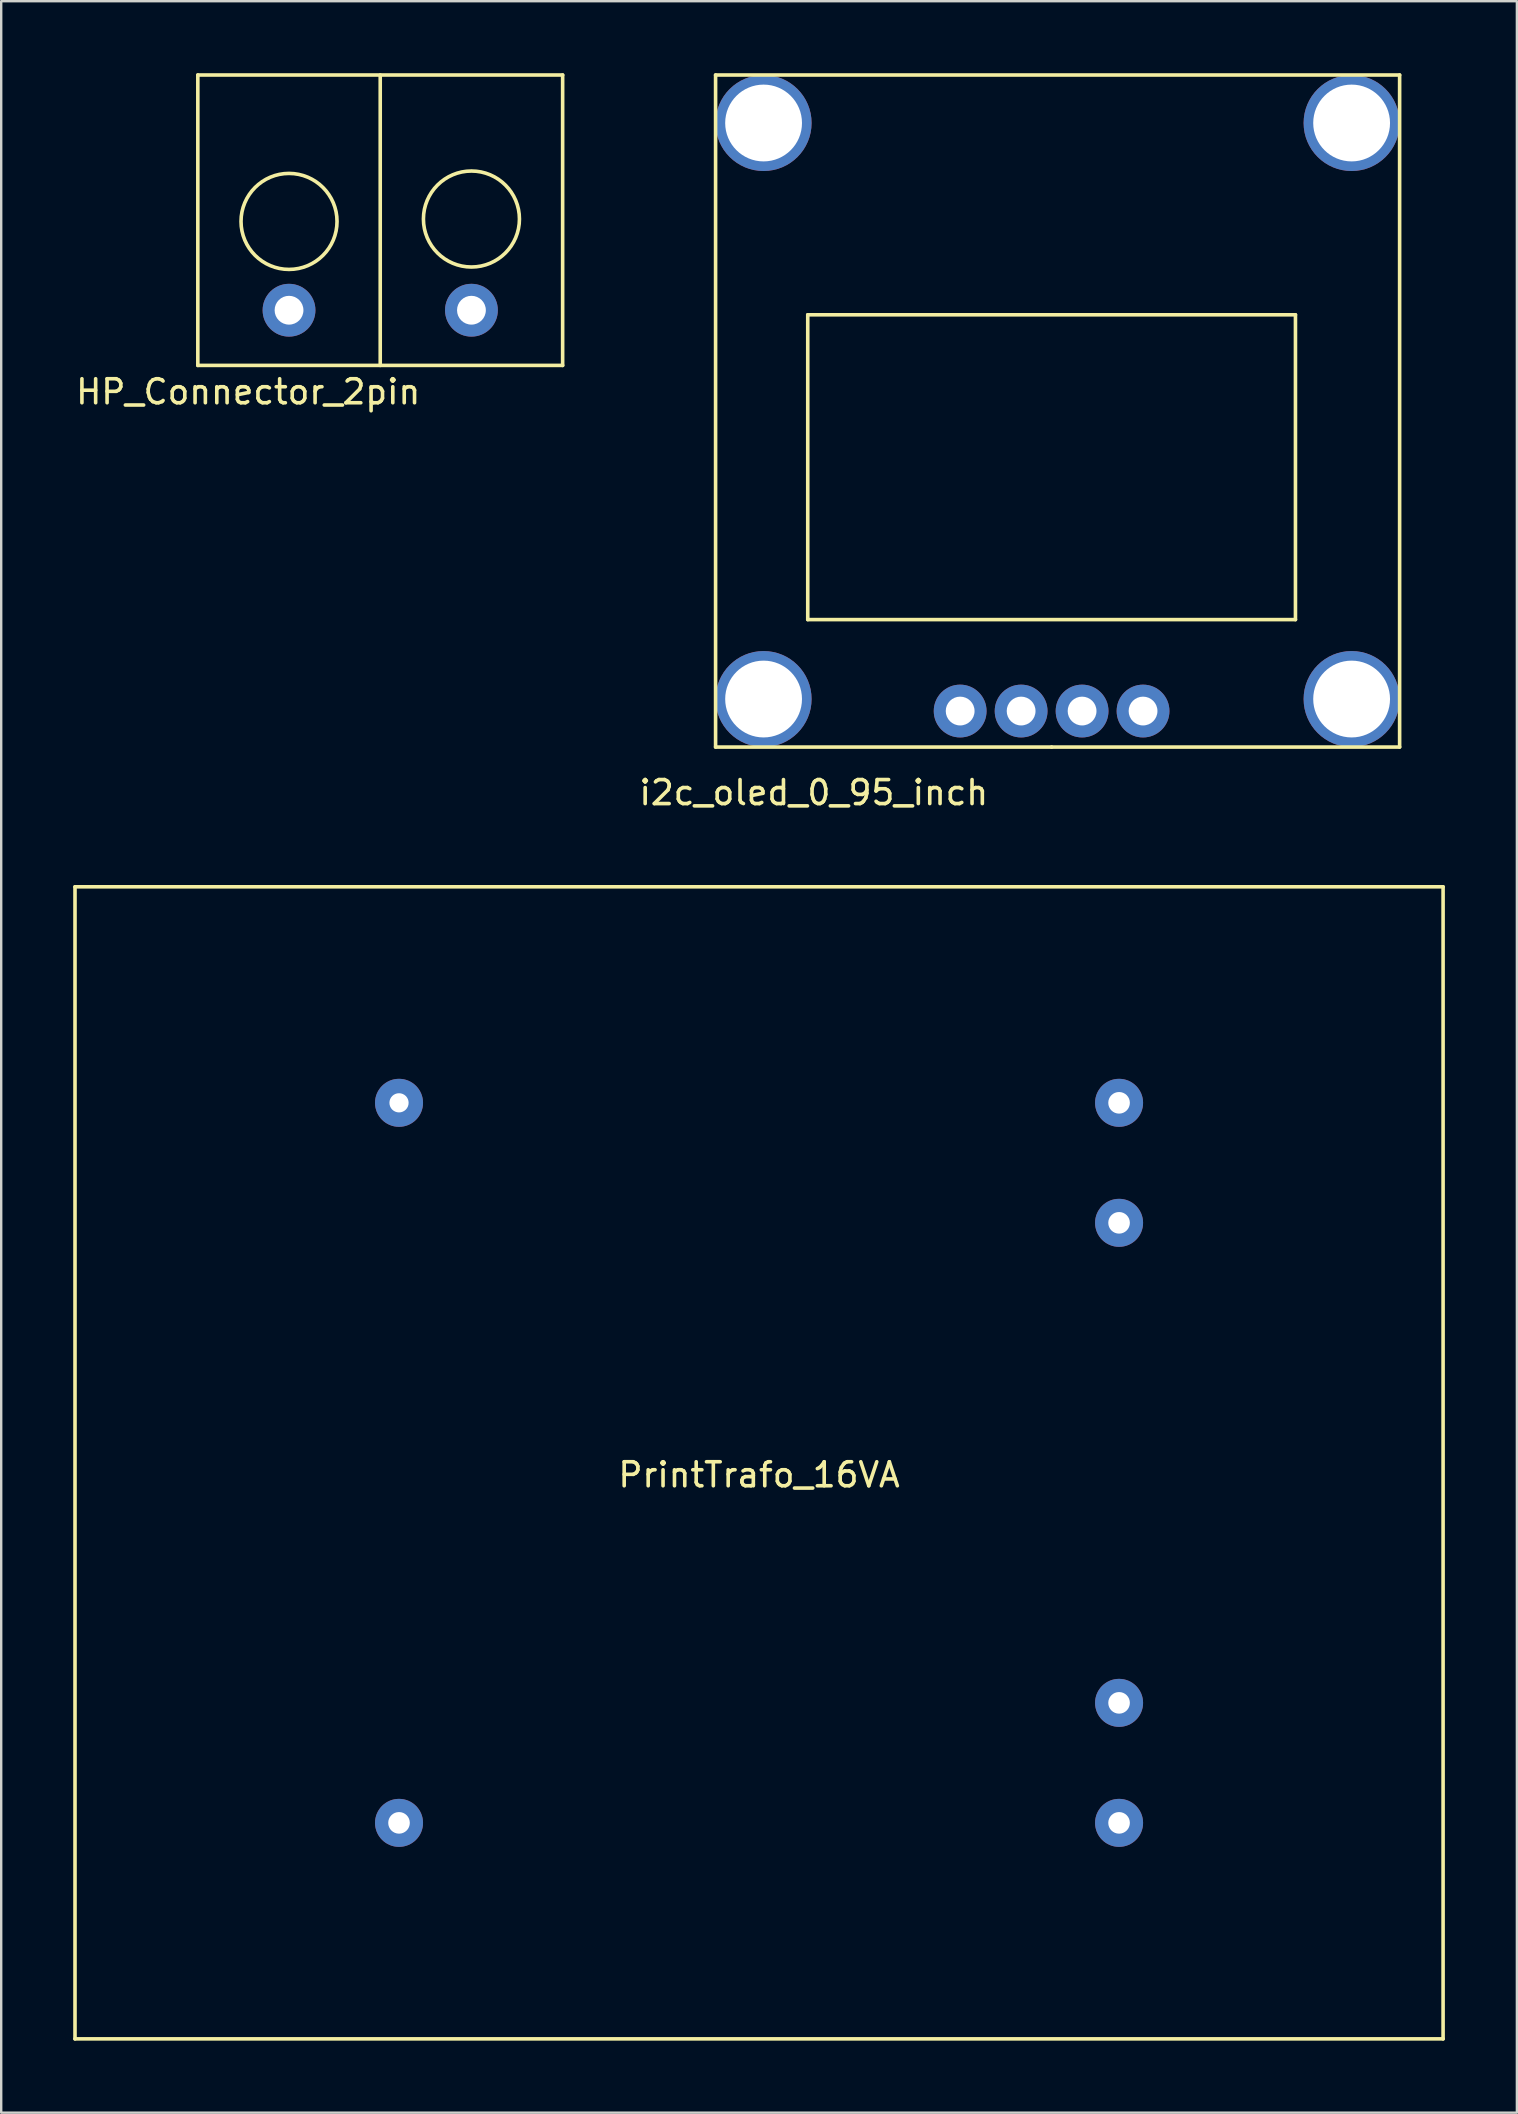
<source format=kicad_pcb>
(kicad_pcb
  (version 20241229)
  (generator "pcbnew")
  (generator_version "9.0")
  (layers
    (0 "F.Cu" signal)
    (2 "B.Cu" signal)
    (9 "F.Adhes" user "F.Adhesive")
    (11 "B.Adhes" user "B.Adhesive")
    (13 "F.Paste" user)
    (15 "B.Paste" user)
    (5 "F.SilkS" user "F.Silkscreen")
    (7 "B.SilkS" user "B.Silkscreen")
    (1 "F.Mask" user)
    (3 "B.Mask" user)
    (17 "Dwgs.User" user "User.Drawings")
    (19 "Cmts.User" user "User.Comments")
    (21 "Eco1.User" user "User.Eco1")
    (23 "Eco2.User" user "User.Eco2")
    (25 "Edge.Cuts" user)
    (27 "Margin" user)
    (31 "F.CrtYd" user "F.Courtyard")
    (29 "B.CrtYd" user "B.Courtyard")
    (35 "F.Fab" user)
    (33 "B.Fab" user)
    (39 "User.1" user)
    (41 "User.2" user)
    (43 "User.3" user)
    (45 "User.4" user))
  (footprint "i2c_oled_0_95_inch"
    (layer "F.Cu")
    (at 36.954 26.575)
    (property "Reference" "i2c_oled_0_95_inch" (at -6.1 3.4 0) (layer "F.SilkS") (effects (font (size 1 1) (thickness 0.15))))
    (attr through_hole)
    (fp_line (start -10.19 -26.5) (end 18.31 -26.5) (stroke (width 0.15) (type solid)) (layer "F.SilkS"))
    (fp_line (start -10.19 1.5) (end -10.19 -26.5) (stroke (width 0.15) (type solid)) (layer "F.SilkS"))
    (fp_line (start -6.35 -16.51) (end -6.35 -3.81) (stroke (width 0.15) (type solid)) (layer "F.SilkS"))
    (fp_line (start -6.35 -3.81) (end 13.97 -3.81) (stroke (width 0.15) (type solid)) (layer "F.SilkS"))
    (fp_line (start 3.81 1.5) (end -10.19 1.5) (stroke (width 0.15) (type solid)) (layer "F.SilkS"))
    (fp_line (start 13.97 -16.51) (end -6.35 -16.51) (stroke (width 0.15) (type solid)) (layer "F.SilkS"))
    (fp_line (start 13.97 -3.81) (end 13.97 -16.51) (stroke (width 0.15) (type solid)) (layer "F.SilkS"))
    (fp_line (start 18.31 -26.5) (end 18.31 1.5) (stroke (width 0.15) (type solid)) (layer "F.SilkS"))
    (fp_line (start 18.31 1.5) (end 3.81 1.5) (stroke (width 0.15) (type solid)) (layer "F.SilkS"))
    (pad "1" thru_hole circle (at 0 0) (size 2.2 2.2) (drill 1.2) (layers "*.Cu" "*.Mask"))
    (pad "2" thru_hole circle (at 2.54 0) (size 2.2 2.2) (drill 1.2) (layers "*.Cu" "*.Mask"))
    (pad "3" thru_hole circle (at 5.08 0) (size 2.2 2.2) (drill 1.2) (layers "*.Cu" "*.Mask"))
    (pad "4" thru_hole circle (at 7.62 0) (size 2.2 2.2) (drill 1.2) (layers "*.Cu" "*.Mask"))
    (pad "5" thru_hole circle (at -8.19 -0.5) (size 4 4) (drill 3.2) (layers "*.Cu" "*.Mask"))
    (pad "6" thru_hole circle (at -8.19 -24.5) (size 4 4) (drill 3.2) (layers "*.Cu" "*.Mask"))
    (pad "7" thru_hole circle (at 16.31 -24.5) (size 4 4) (drill 3.2) (layers "*.Cu" "*.Mask"))
    (pad "8" thru_hole circle (at 16.31 -0.5) (size 4 4) (drill 3.2) (layers "*.Cu" "*.Mask")))
  (footprint "HP_Connector_2pin"
    (layer "F.Cu")
    (at 5.192 12.175)
    (property "Reference" "HP_Connector_2pin" (at 2.1 1.1 0) (layer "F.SilkS") (effects (font (size 1 1) (thickness 0.15))))
    (attr through_hole)
    (fp_line (start 0 -12.1) (end 15.2 -12.1) (stroke (width 0.15) (type solid)) (layer "F.SilkS"))
    (fp_line (start 0 0) (end 0 -12.1) (stroke (width 0.15) (type solid)) (layer "F.SilkS"))
    (fp_line (start 7.6 0) (end 7.6 -12.1) (stroke (width 0.15) (type solid)) (layer "F.SilkS"))
    (fp_line (start 15.2 -12.1) (end 15.2 0) (stroke (width 0.15) (type solid)) (layer "F.SilkS"))
    (fp_line (start 15.2 0) (end 0 0) (stroke (width 0.15) (type solid)) (layer "F.SilkS"))
    (fp_circle (center 3.8 -6) (end 3.8 -8) (stroke (width 0.15) (type solid)) (fill no) (layer "F.SilkS"))
    (fp_circle (center 11.4 -6.1) (end 11.4 -8.1) (stroke (width 0.15) (type solid)) (fill no) (layer "F.SilkS"))
    (pad "1" thru_hole circle (at 3.8 -2.3) (size 2.2 2.2) (drill 1.2) (layers "*.Cu" "*.Mask"))
    (pad "2" thru_hole circle (at 11.4 -2.3) (size 2.2 2.2) (drill 1.2) (layers "*.Cu" "*.Mask")))
  (footprint "PrintTrafo_16VA"
    (layer "F.Cu")
    (at 28.575 57.898)
    (property "Reference" "PrintTrafo_16VA" (at 0 0.5 0) (layer "F.SilkS") (effects (font (size 1 1) (thickness 0.15))))
    (attr through_hole)
    (fp_line (start -28.5 -24) (end -28.5 24) (stroke (width 0.15) (type solid)) (layer "F.SilkS"))
    (fp_line (start -28.5 24) (end 28.5 24) (stroke (width 0.15) (type solid)) (layer "F.SilkS"))
    (fp_line (start 28.5 -24) (end -28.5 -24) (stroke (width 0.15) (type solid)) (layer "F.SilkS"))
    (fp_line (start 28.5 24) (end 28.5 -24) (stroke (width 0.15) (type solid)) (layer "F.SilkS"))
    (pad "1" thru_hole circle (at -15 15) (size 2 2) (drill 0.9) (layers "*.Cu" "*.Mask"))
    (pad "2" thru_hole circle (at -15 -15) (size 2 2) (drill 0.8) (layers "*.Cu" "*.Mask"))
    (pad "3" thru_hole circle (at 15 10) (size 2 2) (drill 0.9) (layers "*.Cu" "*.Mask"))
    (pad "4" thru_hole circle (at 15 -10) (size 2 2) (drill 0.9) (layers "*.Cu" "*.Mask"))
    (pad "5" thru_hole circle (at 15 -15) (size 2 2) (drill 0.9) (layers "*.Cu" "*.Mask"))
    (pad "6" thru_hole circle (at 15 15) (size 2 2) (drill 0.9) (layers "*.Cu" "*.Mask")))
  (gr_rect
    (start -3 -3)
    (end 60.15 84.973)
    (stroke (width 0.1) (type default))
    (fill no)
    (layer "Edge.Cuts")))
</source>
